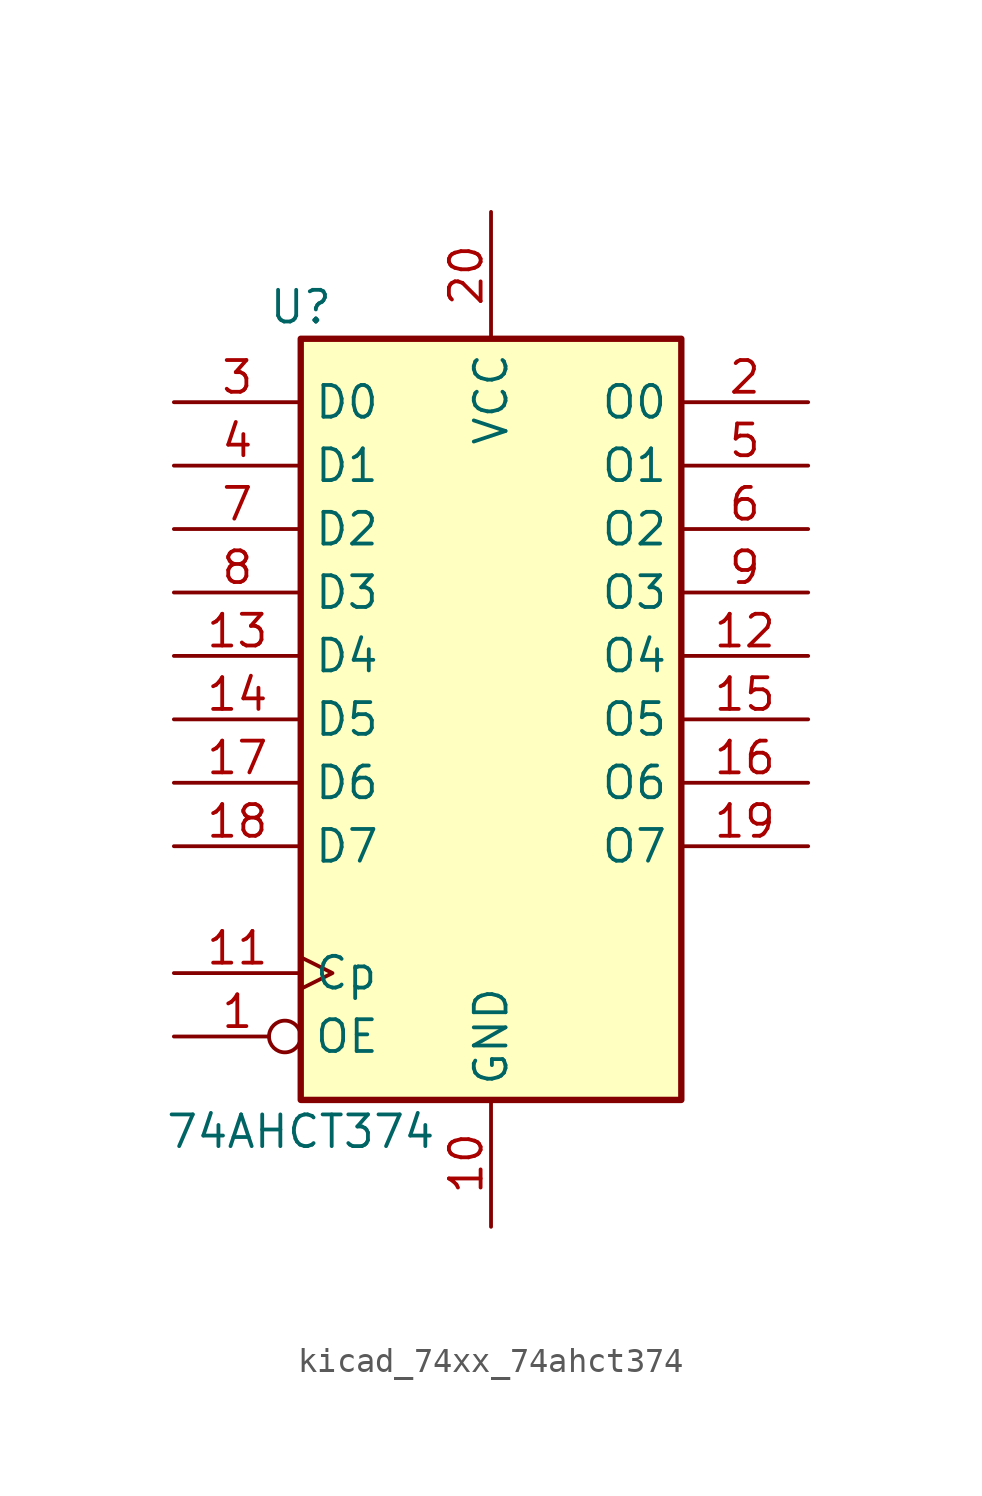
<source format=kicad_sym>
(kicad_symbol_lib
  (version 20220914)
  (generator kicad_symbol_editor)
  (symbol "kicad_74xx_74ahct374"
    (property "Reference" "U"
      (at -7.62 16.51 0)
      (effects (font (size 1.27 1.27))))
    (property "Value" "74AHCT374"
      (at -7.62 -16.51 0)
      (effects (font (size 1.27 1.27))))
    (symbol "kicad_74xx_74ahct374_1_0"
      (pin input inverted (at -12.7 -12.7 0) (length 5.08) (name "OE" (effects (font (size 1.27 1.27)))) (number "1" (effects (font (size 1.27 1.27)))))
      (pin power_in line (at 0 -20.32 90) (length 5.08) (name "GND" (effects (font (size 1.27 1.27)))) (number "10" (effects (font (size 1.27 1.27)))))
      (pin input clock (at -12.7 -10.16 0) (length 5.08) (name "Cp" (effects (font (size 1.27 1.27)))) (number "11" (effects (font (size 1.27 1.27)))))
      (pin tri_state line (at 12.7 2.54 180) (length 5.08) (name "O4" (effects (font (size 1.27 1.27)))) (number "12" (effects (font (size 1.27 1.27)))))
      (pin input line (at -12.7 2.54 0) (length 5.08) (name "D4" (effects (font (size 1.27 1.27)))) (number "13" (effects (font (size 1.27 1.27)))))
      (pin input line (at -12.7 0 0) (length 5.08) (name "D5" (effects (font (size 1.27 1.27)))) (number "14" (effects (font (size 1.27 1.27)))))
      (pin tri_state line (at 12.7 0 180) (length 5.08) (name "O5" (effects (font (size 1.27 1.27)))) (number "15" (effects (font (size 1.27 1.27)))))
      (pin tri_state line (at 12.7 -2.54 180) (length 5.08) (name "O6" (effects (font (size 1.27 1.27)))) (number "16" (effects (font (size 1.27 1.27)))))
      (pin input line (at -12.7 -2.54 0) (length 5.08) (name "D6" (effects (font (size 1.27 1.27)))) (number "17" (effects (font (size 1.27 1.27)))))
      (pin input line (at -12.7 -5.08 0) (length 5.08) (name "D7" (effects (font (size 1.27 1.27)))) (number "18" (effects (font (size 1.27 1.27)))))
      (pin tri_state line (at 12.7 -5.08 180) (length 5.08) (name "O7" (effects (font (size 1.27 1.27)))) (number "19" (effects (font (size 1.27 1.27)))))
      (pin tri_state line (at 12.7 12.7 180) (length 5.08) (name "O0" (effects (font (size 1.27 1.27)))) (number "2" (effects (font (size 1.27 1.27)))))
      (pin power_in line (at 0 20.32 270) (length 5.08) (name "VCC" (effects (font (size 1.27 1.27)))) (number "20" (effects (font (size 1.27 1.27)))))
      (pin input line (at -12.7 12.7 0) (length 5.08) (name "D0" (effects (font (size 1.27 1.27)))) (number "3" (effects (font (size 1.27 1.27)))))
      (pin input line (at -12.7 10.16 0) (length 5.08) (name "D1" (effects (font (size 1.27 1.27)))) (number "4" (effects (font (size 1.27 1.27)))))
      (pin tri_state line (at 12.7 10.16 180) (length 5.08) (name "O1" (effects (font (size 1.27 1.27)))) (number "5" (effects (font (size 1.27 1.27)))))
      (pin tri_state line (at 12.7 7.62 180) (length 5.08) (name "O2" (effects (font (size 1.27 1.27)))) (number "6" (effects (font (size 1.27 1.27)))))
      (pin input line (at -12.7 7.62 0) (length 5.08) (name "D2" (effects (font (size 1.27 1.27)))) (number "7" (effects (font (size 1.27 1.27)))))
      (pin input line (at -12.7 5.08 0) (length 5.08) (name "D3" (effects (font (size 1.27 1.27)))) (number "8" (effects (font (size 1.27 1.27)))))
      (pin tri_state line (at 12.7 5.08 180) (length 5.08) (name "O3" (effects (font (size 1.27 1.27)))) (number "9" (effects (font (size 1.27 1.27))))))
    (symbol "kicad_74xx_74ahct374_1_1"
      (rectangle (start -7.62 15.24) (end 7.62 -15.24) (stroke (width 0.254) (type default)) (fill (type background))))))
</source>
